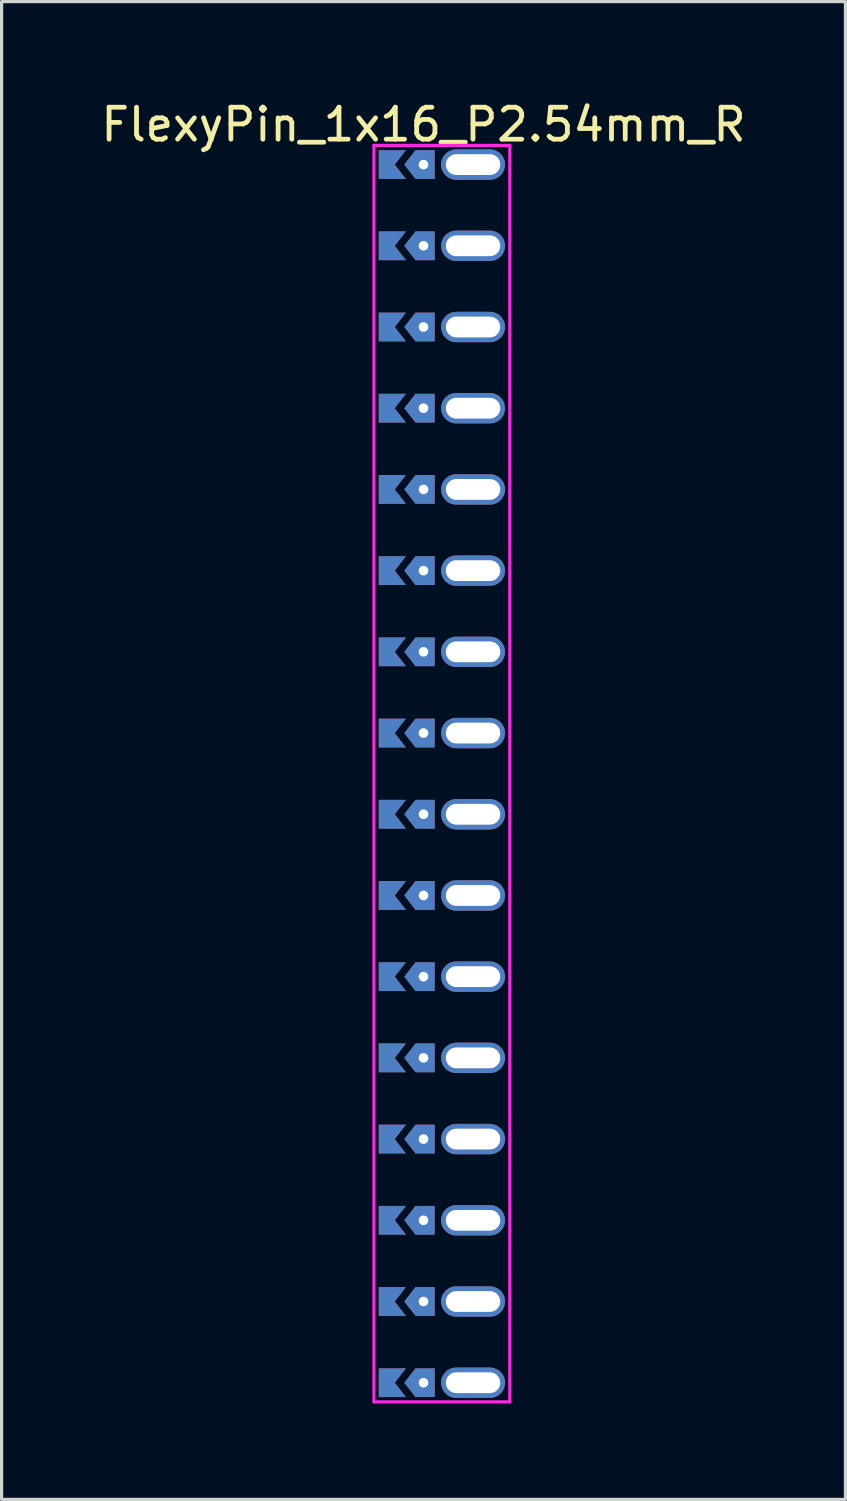
<source format=kicad_pcb>
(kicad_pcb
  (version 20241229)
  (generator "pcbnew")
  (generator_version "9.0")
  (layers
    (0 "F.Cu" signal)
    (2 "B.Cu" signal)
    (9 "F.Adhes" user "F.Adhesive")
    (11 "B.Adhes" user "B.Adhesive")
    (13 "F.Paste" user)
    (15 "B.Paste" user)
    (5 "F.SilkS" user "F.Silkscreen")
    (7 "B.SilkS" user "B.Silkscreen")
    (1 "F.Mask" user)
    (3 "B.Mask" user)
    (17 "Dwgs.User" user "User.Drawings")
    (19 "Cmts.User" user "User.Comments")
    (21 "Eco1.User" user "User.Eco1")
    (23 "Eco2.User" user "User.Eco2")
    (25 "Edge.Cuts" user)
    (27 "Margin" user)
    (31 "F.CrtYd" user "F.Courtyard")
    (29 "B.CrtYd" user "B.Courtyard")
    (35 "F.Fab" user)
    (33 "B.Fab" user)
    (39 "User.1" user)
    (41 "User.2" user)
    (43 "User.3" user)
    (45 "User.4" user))
  (footprint "FlexyPin_1x16_P2.54mm_R"
    (layer "F.Cu")
    (at 10.196 2.098)
    (property "Reference" "FlexyPin_1x16_P2.54mm_R" (at 0 -1.25 0) (layer "F.SilkS") (effects (font (size 1 1) (thickness 0.15))))
    (attr through_hole)
    (fp_line (start -1.55 -0.6) (end 2.7 -0.6) (stroke (width 0.1) (type solid)) (layer "F.CrtYd"))
    (fp_line (start -1.55 38.7) (end -1.55 -0.6) (stroke (width 0.1) (type solid)) (layer "F.CrtYd"))
    (fp_line (start 2.7 -0.6) (end 2.7 38.7) (stroke (width 0.1) (type solid)) (layer "F.CrtYd"))
    (fp_line (start 2.7 38.7) (end -1.55 38.7) (stroke (width 0.1) (type solid)) (layer "F.CrtYd"))
    (pad "" thru_hole custom (at 0 0) (size 0.3 0.3) (drill 0.6) (layers "*.Cu" "*.Mask") (options (anchor rect)) (primitives (gr_poly (pts (xy 0.35 0.45) (xy 0.35 -0.45) (xy -0.25 -0.45) (xy -0.6 0) (xy -0.25 0.45)) (width 0) (fill yes))))
    (pad "" thru_hole custom (at 0 2.54) (size 0.3 0.3) (drill 0.6) (layers "*.Cu" "*.Mask") (options (anchor rect)) (primitives (gr_poly (pts (xy 0.35 0.45) (xy 0.35 -0.45) (xy -0.25 -0.45) (xy -0.6 0) (xy -0.25 0.45)) (width 0) (fill yes))))
    (pad "" thru_hole custom (at 0 5.08) (size 0.3 0.3) (drill 0.6) (layers "*.Cu" "*.Mask") (options (anchor rect)) (primitives (gr_poly (pts (xy 0.35 0.45) (xy 0.35 -0.45) (xy -0.25 -0.45) (xy -0.6 0) (xy -0.25 0.45)) (width 0) (fill yes))))
    (pad "" thru_hole custom (at 0 7.62) (size 0.3 0.3) (drill 0.6) (layers "*.Cu" "*.Mask") (options (anchor rect)) (primitives (gr_poly (pts (xy 0.35 0.45) (xy 0.35 -0.45) (xy -0.25 -0.45) (xy -0.6 0) (xy -0.25 0.45)) (width 0) (fill yes))))
    (pad "" thru_hole custom (at 0 10.16) (size 0.3 0.3) (drill 0.6) (layers "*.Cu" "*.Mask") (options (anchor rect)) (primitives (gr_poly (pts (xy 0.35 0.45) (xy 0.35 -0.45) (xy -0.25 -0.45) (xy -0.6 0) (xy -0.25 0.45)) (width 0) (fill yes))))
    (pad "" thru_hole custom (at 0 12.7) (size 0.3 0.3) (drill 0.6) (layers "*.Cu" "*.Mask") (options (anchor rect)) (primitives (gr_poly (pts (xy 0.35 0.45) (xy 0.35 -0.45) (xy -0.25 -0.45) (xy -0.6 0) (xy -0.25 0.45)) (width 0) (fill yes))))
    (pad "" thru_hole custom (at 0 15.24) (size 0.3 0.3) (drill 0.6) (layers "*.Cu" "*.Mask") (options (anchor rect)) (primitives (gr_poly (pts (xy 0.35 0.45) (xy 0.35 -0.45) (xy -0.25 -0.45) (xy -0.6 0) (xy -0.25 0.45)) (width 0) (fill yes))))
    (pad "" thru_hole custom (at 0 17.78) (size 0.3 0.3) (drill 0.6) (layers "*.Cu" "*.Mask") (options (anchor rect)) (primitives (gr_poly (pts (xy 0.35 0.45) (xy 0.35 -0.45) (xy -0.25 -0.45) (xy -0.6 0) (xy -0.25 0.45)) (width 0) (fill yes))))
    (pad "" thru_hole custom (at 0 20.32) (size 0.3 0.3) (drill 0.6) (layers "*.Cu" "*.Mask") (options (anchor rect)) (primitives (gr_poly (pts (xy 0.35 0.45) (xy 0.35 -0.45) (xy -0.25 -0.45) (xy -0.6 0) (xy -0.25 0.45)) (width 0) (fill yes))))
    (pad "" thru_hole custom (at 0 22.86) (size 0.3 0.3) (drill 0.6) (layers "*.Cu" "*.Mask") (options (anchor rect)) (primitives (gr_poly (pts (xy 0.35 0.45) (xy 0.35 -0.45) (xy -0.25 -0.45) (xy -0.6 0) (xy -0.25 0.45)) (width 0) (fill yes))))
    (pad "" thru_hole custom (at 0 25.4) (size 0.3 0.3) (drill 0.6) (layers "*.Cu" "*.Mask") (options (anchor rect)) (primitives (gr_poly (pts (xy 0.35 0.45) (xy 0.35 -0.45) (xy -0.25 -0.45) (xy -0.6 0) (xy -0.25 0.45)) (width 0) (fill yes))))
    (pad "" thru_hole custom (at 0 27.94) (size 0.3 0.3) (drill 0.6) (layers "*.Cu" "*.Mask") (options (anchor rect)) (primitives (gr_poly (pts (xy 0.35 0.45) (xy 0.35 -0.45) (xy -0.25 -0.45) (xy -0.6 0) (xy -0.25 0.45)) (width 0) (fill yes))))
    (pad "" thru_hole custom (at 0 30.48) (size 0.3 0.3) (drill 0.6) (layers "*.Cu" "*.Mask") (options (anchor rect)) (primitives (gr_poly (pts (xy 0.35 0.45) (xy 0.35 -0.45) (xy -0.25 -0.45) (xy -0.6 0) (xy -0.25 0.45)) (width 0) (fill yes))))
    (pad "" thru_hole custom (at 0 33.02) (size 0.3 0.3) (drill 0.6) (layers "*.Cu" "*.Mask") (options (anchor rect)) (primitives (gr_poly (pts (xy 0.35 0.45) (xy 0.35 -0.45) (xy -0.25 -0.45) (xy -0.6 0) (xy -0.25 0.45)) (width 0) (fill yes))))
    (pad "" thru_hole custom (at 0 35.56) (size 0.3 0.3) (drill 0.6) (layers "*.Cu" "*.Mask") (options (anchor rect)) (primitives (gr_poly (pts (xy 0.35 0.45) (xy 0.35 -0.45) (xy -0.25 -0.45) (xy -0.6 0) (xy -0.25 0.45)) (width 0) (fill yes))))
    (pad "" thru_hole custom (at 0 38.1) (size 0.3 0.3) (drill 0.6) (layers "*.Cu" "*.Mask") (options (anchor rect)) (primitives (gr_poly (pts (xy 0.35 0.45) (xy 0.35 -0.45) (xy -0.25 -0.45) (xy -0.6 0) (xy -0.25 0.45)) (width 0) (fill yes))))
    (pad "" thru_hole oval (at 1.55 0) (size 2 0.95) (drill oval 1.7 0.65) (layers "*.Cu" "*.Mask"))
    (pad "" thru_hole oval (at 1.55 2.54) (size 2 0.95) (drill oval 1.7 0.65) (layers "*.Cu" "*.Mask"))
    (pad "" thru_hole oval (at 1.55 5.08) (size 2 0.95) (drill oval 1.7 0.65) (layers "*.Cu" "*.Mask"))
    (pad "" thru_hole oval (at 1.55 7.62) (size 2 0.95) (drill oval 1.7 0.65) (layers "*.Cu" "*.Mask"))
    (pad "" thru_hole oval (at 1.55 10.16) (size 2 0.95) (drill oval 1.7 0.65) (layers "*.Cu" "*.Mask"))
    (pad "" thru_hole oval (at 1.55 12.7) (size 2 0.95) (drill oval 1.7 0.65) (layers "*.Cu" "*.Mask"))
    (pad "" thru_hole oval (at 1.55 15.24) (size 2 0.95) (drill oval 1.7 0.65) (layers "*.Cu" "*.Mask"))
    (pad "" thru_hole oval (at 1.55 17.78) (size 2 0.95) (drill oval 1.7 0.65) (layers "*.Cu" "*.Mask"))
    (pad "" thru_hole oval (at 1.55 20.32) (size 2 0.95) (drill oval 1.7 0.65) (layers "*.Cu" "*.Mask"))
    (pad "" thru_hole oval (at 1.55 22.86) (size 2 0.95) (drill oval 1.7 0.65) (layers "*.Cu" "*.Mask"))
    (pad "" thru_hole oval (at 1.55 25.4) (size 2 0.95) (drill oval 1.7 0.65) (layers "*.Cu" "*.Mask"))
    (pad "" thru_hole oval (at 1.55 27.94) (size 2 0.95) (drill oval 1.7 0.65) (layers "*.Cu" "*.Mask"))
    (pad "" thru_hole oval (at 1.55 30.48) (size 2 0.95) (drill oval 1.7 0.65) (layers "*.Cu" "*.Mask"))
    (pad "" thru_hole oval (at 1.55 33.02) (size 2 0.95) (drill oval 1.7 0.65) (layers "*.Cu" "*.Mask"))
    (pad "" thru_hole oval (at 1.55 35.56) (size 2 0.95) (drill oval 1.7 0.65) (layers "*.Cu" "*.Mask"))
    (pad "" thru_hole oval (at 1.55 38.1) (size 2 0.95) (drill oval 1.7 0.65) (layers "*.Cu" "*.Mask"))
    (pad "1" smd custom (at -0.9 0) (size 0.01 0.01) (layers "F.Cu" "F.Mask") (options (anchor rect)) (primitives (gr_poly (pts (xy 0 0) (xy 0.35 0.45) (xy -0.5 0.45) (xy -0.5 -0.45) (xy 0.35 -0.45)) (width 0) (fill yes))))
    (pad "2" smd custom (at -0.9 2.54) (size 0.01 0.01) (layers "F.Cu" "F.Mask") (options (anchor rect)) (primitives (gr_poly (pts (xy 0 0) (xy 0.35 0.45) (xy -0.5 0.45) (xy -0.5 -0.45) (xy 0.35 -0.45)) (width 0) (fill yes))))
    (pad "3" smd custom (at -0.9 5.08) (size 0.01 0.01) (layers "F.Cu" "F.Mask") (options (anchor rect)) (primitives (gr_poly (pts (xy 0 0) (xy 0.35 0.45) (xy -0.5 0.45) (xy -0.5 -0.45) (xy 0.35 -0.45)) (width 0) (fill yes))))
    (pad "4" smd custom (at -0.9 7.62) (size 0.01 0.01) (layers "F.Cu" "F.Mask") (options (anchor rect)) (primitives (gr_poly (pts (xy 0 0) (xy 0.35 0.45) (xy -0.5 0.45) (xy -0.5 -0.45) (xy 0.35 -0.45)) (width 0) (fill yes))))
    (pad "5" smd custom (at -0.9 10.16) (size 0.01 0.01) (layers "F.Cu" "F.Mask") (options (anchor rect)) (primitives (gr_poly (pts (xy 0 0) (xy 0.35 0.45) (xy -0.5 0.45) (xy -0.5 -0.45) (xy 0.35 -0.45)) (width 0) (fill yes))))
    (pad "6" smd custom (at -0.9 12.7) (size 0.01 0.01) (layers "F.Cu" "F.Mask") (options (anchor rect)) (primitives (gr_poly (pts (xy 0 0) (xy 0.35 0.45) (xy -0.5 0.45) (xy -0.5 -0.45) (xy 0.35 -0.45)) (width 0) (fill yes))))
    (pad "7" smd custom (at -0.9 15.24) (size 0.01 0.01) (layers "F.Cu" "F.Mask") (options (anchor rect)) (primitives (gr_poly (pts (xy 0 0) (xy 0.35 0.45) (xy -0.5 0.45) (xy -0.5 -0.45) (xy 0.35 -0.45)) (width 0) (fill yes))))
    (pad "8" smd custom (at -0.9 17.78) (size 0.01 0.01) (layers "F.Cu" "F.Mask") (options (anchor rect)) (primitives (gr_poly (pts (xy 0 0) (xy 0.35 0.45) (xy -0.5 0.45) (xy -0.5 -0.45) (xy 0.35 -0.45)) (width 0) (fill yes))))
    (pad "9" smd custom (at -0.9 20.32) (size 0.01 0.01) (layers "F.Cu" "F.Mask") (options (anchor rect)) (primitives (gr_poly (pts (xy 0 0) (xy 0.35 0.45) (xy -0.5 0.45) (xy -0.5 -0.45) (xy 0.35 -0.45)) (width 0) (fill yes))))
    (pad "10" smd custom (at -0.9 22.86) (size 0.01 0.01) (layers "F.Cu" "F.Mask") (options (anchor rect)) (primitives (gr_poly (pts (xy 0 0) (xy 0.35 0.45) (xy -0.5 0.45) (xy -0.5 -0.45) (xy 0.35 -0.45)) (width 0) (fill yes))))
    (pad "11" smd custom (at -0.9 25.4) (size 0.01 0.01) (layers "F.Cu" "F.Mask") (options (anchor rect)) (primitives (gr_poly (pts (xy 0 0) (xy 0.35 0.45) (xy -0.5 0.45) (xy -0.5 -0.45) (xy 0.35 -0.45)) (width 0) (fill yes))))
    (pad "12" smd custom (at -0.9 27.94) (size 0.01 0.01) (layers "F.Cu" "F.Mask") (options (anchor rect)) (primitives (gr_poly (pts (xy 0 0) (xy 0.35 0.45) (xy -0.5 0.45) (xy -0.5 -0.45) (xy 0.35 -0.45)) (width 0) (fill yes))))
    (pad "13" smd custom (at -0.9 30.48) (size 0.01 0.01) (layers "F.Cu" "F.Mask") (options (anchor rect)) (primitives (gr_poly (pts (xy 0 0) (xy 0.35 0.45) (xy -0.5 0.45) (xy -0.5 -0.45) (xy 0.35 -0.45)) (width 0) (fill yes))))
    (pad "14" smd custom (at -0.9 33.02) (size 0.01 0.01) (layers "F.Cu" "F.Mask") (options (anchor rect)) (primitives (gr_poly (pts (xy 0 0) (xy 0.35 0.45) (xy -0.5 0.45) (xy -0.5 -0.45) (xy 0.35 -0.45)) (width 0) (fill yes))))
    (pad "15" smd custom (at -0.9 35.56) (size 0.01 0.01) (layers "F.Cu" "F.Mask") (options (anchor rect)) (primitives (gr_poly (pts (xy 0 0) (xy 0.35 0.45) (xy -0.5 0.45) (xy -0.5 -0.45) (xy 0.35 -0.45)) (width 0) (fill yes))))
    (pad "16" smd custom (at -0.9 38.1) (size 0.01 0.01) (layers "F.Cu" "F.Mask") (options (anchor rect)) (primitives (gr_poly (pts (xy 0 0) (xy 0.35 0.45) (xy -0.5 0.45) (xy -0.5 -0.45) (xy 0.35 -0.45)) (width 0) (fill yes))))
    (pad "17" smd custom (at -0.9 0) (size 0.01 0.01) (layers "B.Cu" "B.Mask") (options (anchor rect)) (primitives (gr_poly (pts (xy 0 0) (xy 0.35 0.45) (xy -0.5 0.45) (xy -0.5 -0.45) (xy 0.35 -0.45)) (width 0) (fill yes))))
    (pad "18" smd custom (at -0.9 2.54) (size 0.01 0.01) (layers "B.Cu" "B.Mask") (options (anchor rect)) (primitives (gr_poly (pts (xy 0 0) (xy 0.35 0.45) (xy -0.5 0.45) (xy -0.5 -0.45) (xy 0.35 -0.45)) (width 0) (fill yes))))
    (pad "19" smd custom (at -0.9 5.08) (size 0.01 0.01) (layers "B.Cu" "B.Mask") (options (anchor rect)) (primitives (gr_poly (pts (xy 0 0) (xy 0.35 0.45) (xy -0.5 0.45) (xy -0.5 -0.45) (xy 0.35 -0.45)) (width 0) (fill yes))))
    (pad "20" smd custom (at -0.9 7.62) (size 0.01 0.01) (layers "B.Cu" "B.Mask") (options (anchor rect)) (primitives (gr_poly (pts (xy 0 0) (xy 0.35 0.45) (xy -0.5 0.45) (xy -0.5 -0.45) (xy 0.35 -0.45)) (width 0) (fill yes))))
    (pad "21" smd custom (at -0.9 10.16) (size 0.01 0.01) (layers "B.Cu" "B.Mask") (options (anchor rect)) (primitives (gr_poly (pts (xy 0 0) (xy 0.35 0.45) (xy -0.5 0.45) (xy -0.5 -0.45) (xy 0.35 -0.45)) (width 0) (fill yes))))
    (pad "22" smd custom (at -0.9 12.7) (size 0.01 0.01) (layers "B.Cu" "B.Mask") (options (anchor rect)) (primitives (gr_poly (pts (xy 0 0) (xy 0.35 0.45) (xy -0.5 0.45) (xy -0.5 -0.45) (xy 0.35 -0.45)) (width 0) (fill yes))))
    (pad "23" smd custom (at -0.9 15.24) (size 0.01 0.01) (layers "B.Cu" "B.Mask") (options (anchor rect)) (primitives (gr_poly (pts (xy 0 0) (xy 0.35 0.45) (xy -0.5 0.45) (xy -0.5 -0.45) (xy 0.35 -0.45)) (width 0) (fill yes))))
    (pad "24" smd custom (at -0.9 17.78) (size 0.01 0.01) (layers "B.Cu" "B.Mask") (options (anchor rect)) (primitives (gr_poly (pts (xy 0 0) (xy 0.35 0.45) (xy -0.5 0.45) (xy -0.5 -0.45) (xy 0.35 -0.45)) (width 0) (fill yes))))
    (pad "25" smd custom (at -0.9 20.32) (size 0.01 0.01) (layers "B.Cu" "B.Mask") (options (anchor rect)) (primitives (gr_poly (pts (xy 0 0) (xy 0.35 0.45) (xy -0.5 0.45) (xy -0.5 -0.45) (xy 0.35 -0.45)) (width 0) (fill yes))))
    (pad "26" smd custom (at -0.9 22.86) (size 0.01 0.01) (layers "B.Cu" "B.Mask") (options (anchor rect)) (primitives (gr_poly (pts (xy 0 0) (xy 0.35 0.45) (xy -0.5 0.45) (xy -0.5 -0.45) (xy 0.35 -0.45)) (width 0) (fill yes))))
    (pad "27" smd custom (at -0.9 25.4) (size 0.01 0.01) (layers "B.Cu" "B.Mask") (options (anchor rect)) (primitives (gr_poly (pts (xy 0 0) (xy 0.35 0.45) (xy -0.5 0.45) (xy -0.5 -0.45) (xy 0.35 -0.45)) (width 0) (fill yes))))
    (pad "28" smd custom (at -0.9 27.94) (size 0.01 0.01) (layers "B.Cu" "B.Mask") (options (anchor rect)) (primitives (gr_poly (pts (xy 0 0) (xy 0.35 0.45) (xy -0.5 0.45) (xy -0.5 -0.45) (xy 0.35 -0.45)) (width 0) (fill yes))))
    (pad "29" smd custom (at -0.9 30.48) (size 0.01 0.01) (layers "B.Cu" "B.Mask") (options (anchor rect)) (primitives (gr_poly (pts (xy 0 0) (xy 0.35 0.45) (xy -0.5 0.45) (xy -0.5 -0.45) (xy 0.35 -0.45)) (width 0) (fill yes))))
    (pad "30" smd custom (at -0.9 33.02) (size 0.01 0.01) (layers "B.Cu" "B.Mask") (options (anchor rect)) (primitives (gr_poly (pts (xy 0 0) (xy 0.35 0.45) (xy -0.5 0.45) (xy -0.5 -0.45) (xy 0.35 -0.45)) (width 0) (fill yes))))
    (pad "31" smd custom (at -0.9 35.56) (size 0.01 0.01) (layers "B.Cu" "B.Mask") (options (anchor rect)) (primitives (gr_poly (pts (xy 0 0) (xy 0.35 0.45) (xy -0.5 0.45) (xy -0.5 -0.45) (xy 0.35 -0.45)) (width 0) (fill yes))))
    (pad "32" smd custom (at -0.9 38.1) (size 0.01 0.01) (layers "B.Cu" "B.Mask") (options (anchor rect)) (primitives (gr_poly (pts (xy 0 0) (xy 0.35 0.45) (xy -0.5 0.45) (xy -0.5 -0.45) (xy 0.35 -0.45)) (width 0) (fill yes)))))
  (gr_rect
    (start -3 -3)
    (end 23.393 43.848)
    (stroke (width 0.1) (type default))
    (fill no)
    (layer "Edge.Cuts")))
</source>
